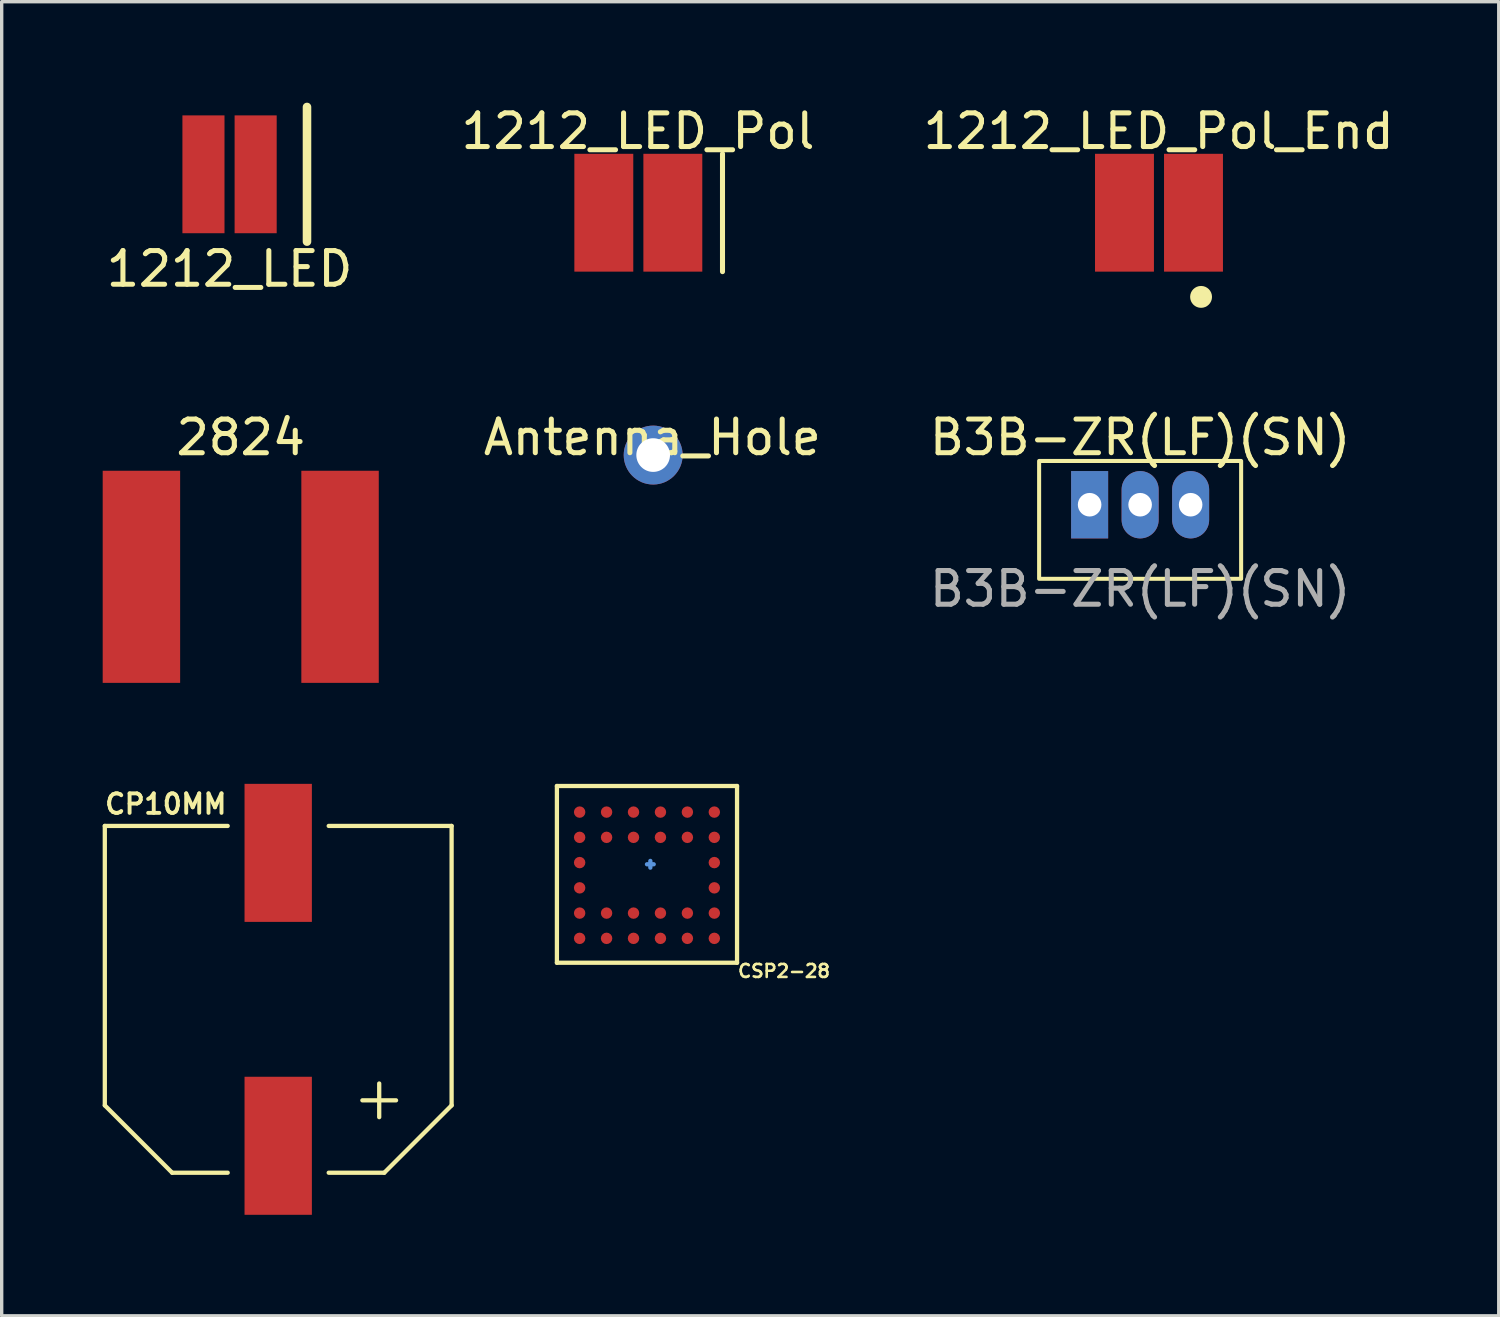
<source format=kicad_pcb>
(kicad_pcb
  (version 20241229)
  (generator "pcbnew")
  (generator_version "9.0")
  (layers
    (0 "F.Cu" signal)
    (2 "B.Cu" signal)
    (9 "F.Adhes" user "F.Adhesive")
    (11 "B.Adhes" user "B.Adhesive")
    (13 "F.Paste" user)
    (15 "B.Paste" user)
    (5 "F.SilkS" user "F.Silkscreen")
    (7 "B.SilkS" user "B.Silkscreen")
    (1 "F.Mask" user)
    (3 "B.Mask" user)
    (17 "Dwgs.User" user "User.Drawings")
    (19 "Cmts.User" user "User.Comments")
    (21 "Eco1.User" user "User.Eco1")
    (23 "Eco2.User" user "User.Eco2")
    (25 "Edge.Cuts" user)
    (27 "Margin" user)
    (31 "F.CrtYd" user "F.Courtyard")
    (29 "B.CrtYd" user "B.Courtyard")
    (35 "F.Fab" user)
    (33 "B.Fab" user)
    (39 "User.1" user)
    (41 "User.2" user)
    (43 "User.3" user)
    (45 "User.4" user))
  (footprint "1212_LED"
    (layer "F.Cu")
    (at 3.768 2.127)
    (property "Reference" "1212_LED" (at 0 2.81 0) (layer "F.SilkS") (effects (font (size 1 1) (thickness 0.15))))
    (attr through_hole)
    (fp_line (start 2.3 -2) (end 2.3 2) (stroke (width 0.254) (type solid)) (layer "F.SilkS"))
    (fp_line (start -1.3 -1.6) (end 1.3 -1.6) (stroke (width 0.12) (type solid)) (layer "Eco1.User"))
    (fp_line (start -1.3 1.6) (end -1.3 -1.6) (stroke (width 0.12) (type solid)) (layer "Eco1.User"))
    (fp_line (start 1.3 -1.6) (end 1.3 1.6) (stroke (width 0.12) (type solid)) (layer "Eco1.User"))
    (fp_line (start 1.3 1.6) (end -1.3 1.6) (stroke (width 0.12) (type solid)) (layer "Eco1.User"))
    (pad "1" smd rect (at 0.775 0) (size 1.25 3.5) (layers "F.Cu" "F.Mask" "F.Paste"))
    (pad "2" smd rect (at -0.775 0) (size 1.25 3.5) (layers "F.Cu" "F.Mask" "F.Paste")))
  (footprint "CSP2-28"
    (layer "F.Cu")
    (at 16.166 22.92)
    (property "Reference" "CSP2-28" (at 2.66 3.097 180) (layer "F.SilkS") (effects (font (size 0.386 0.386) (thickness 0.077)) (justify left bottom)))
    (attr through_hole)
    (fp_line (start -2.675 -2.625) (end 2.675 -2.625) (stroke (width 0.127) (type solid)) (layer "F.SilkS"))
    (fp_line (start -2.675 2.625) (end -2.675 -2.625) (stroke (width 0.127) (type solid)) (layer "F.SilkS"))
    (fp_line (start 2.675 -2.625) (end 2.675 2.625) (stroke (width 0.127) (type solid)) (layer "F.SilkS"))
    (fp_line (start 2.675 2.625) (end -2.675 2.625) (stroke (width 0.127) (type solid)) (layer "F.SilkS"))
    (fp_line (start 0.1 -0.4) (end 0.1 -0.2) (stroke (width 0.127) (type solid)) (layer "Cmts.User"))
    (fp_line (start 0.2 -0.3) (end 0 -0.3) (stroke (width 0.127) (type solid)) (layer "Cmts.User"))
    (pad "A1" smd roundrect (at -2 -1.85) (size 0.34 0.34) (layers "F.Cu" "F.Mask" "F.Paste") (roundrect_rratio 0.5))
    (pad "A2" smd roundrect (at -1.2 -1.85) (size 0.34 0.34) (layers "F.Cu" "F.Mask" "F.Paste") (roundrect_rratio 0.5))
    (pad "A3" smd roundrect (at -0.4 -1.85) (size 0.34 0.34) (layers "F.Cu" "F.Mask" "F.Paste") (roundrect_rratio 0.5))
    (pad "A4" smd roundrect (at 0.4 -1.85) (size 0.34 0.34) (layers "F.Cu" "F.Mask" "F.Paste") (roundrect_rratio 0.5))
    (pad "A5" smd roundrect (at 1.2 -1.85) (size 0.34 0.34) (layers "F.Cu" "F.Mask" "F.Paste") (roundrect_rratio 0.5))
    (pad "A6" smd roundrect (at 2 -1.85) (size 0.34 0.34) (layers "F.Cu" "F.Mask" "F.Paste") (roundrect_rratio 0.5))
    (pad "B1" smd roundrect (at -2 -1.1) (size 0.34 0.34) (layers "F.Cu" "F.Mask" "F.Paste") (roundrect_rratio 0.5))
    (pad "B2" smd roundrect (at -1.2 -1.1) (size 0.34 0.34) (layers "F.Cu" "F.Mask" "F.Paste") (roundrect_rratio 0.5))
    (pad "B3" smd roundrect (at -0.4 -1.1) (size 0.34 0.34) (layers "F.Cu" "F.Mask" "F.Paste") (roundrect_rratio 0.5))
    (pad "B4" smd roundrect (at 0.4 -1.1) (size 0.34 0.34) (layers "F.Cu" "F.Mask" "F.Paste") (roundrect_rratio 0.5))
    (pad "B5" smd roundrect (at 1.2 -1.1) (size 0.34 0.34) (layers "F.Cu" "F.Mask" "F.Paste") (roundrect_rratio 0.5))
    (pad "B6" smd roundrect (at 2 -1.1) (size 0.34 0.34) (layers "F.Cu" "F.Mask" "F.Paste") (roundrect_rratio 0.5))
    (pad "C1" smd roundrect (at -2 -0.35) (size 0.34 0.34) (layers "F.Cu" "F.Mask" "F.Paste") (roundrect_rratio 0.5))
    (pad "C6" smd roundrect (at 2 -0.35) (size 0.34 0.34) (layers "F.Cu" "F.Mask" "F.Paste") (roundrect_rratio 0.5))
    (pad "D1" smd roundrect (at -2 0.4) (size 0.34 0.34) (layers "F.Cu" "F.Mask" "F.Paste") (roundrect_rratio 0.5))
    (pad "D6" smd roundrect (at 2 0.4) (size 0.34 0.34) (layers "F.Cu" "F.Mask" "F.Paste") (roundrect_rratio 0.5))
    (pad "E1" smd roundrect (at -2 1.15) (size 0.34 0.34) (layers "F.Cu" "F.Mask" "F.Paste") (roundrect_rratio 0.5))
    (pad "E2" smd roundrect (at -1.2 1.15) (size 0.34 0.34) (layers "F.Cu" "F.Mask" "F.Paste") (roundrect_rratio 0.5))
    (pad "E3" smd roundrect (at -0.4 1.15) (size 0.34 0.34) (layers "F.Cu" "F.Mask" "F.Paste") (roundrect_rratio 0.5))
    (pad "E4" smd roundrect (at 0.4 1.15) (size 0.34 0.34) (layers "F.Cu" "F.Mask" "F.Paste") (roundrect_rratio 0.5))
    (pad "E5" smd roundrect (at 1.2 1.15) (size 0.34 0.34) (layers "F.Cu" "F.Mask" "F.Paste") (roundrect_rratio 0.5))
    (pad "E6" smd roundrect (at 2 1.15) (size 0.34 0.34) (layers "F.Cu" "F.Mask" "F.Paste") (roundrect_rratio 0.5))
    (pad "F1" smd roundrect (at -2 1.9) (size 0.34 0.34) (layers "F.Cu" "F.Mask" "F.Paste") (roundrect_rratio 0.5))
    (pad "F2" smd roundrect (at -1.2 1.9) (size 0.34 0.34) (layers "F.Cu" "F.Mask" "F.Paste") (roundrect_rratio 0.5))
    (pad "F3" smd roundrect (at -0.4 1.9) (size 0.34 0.34) (layers "F.Cu" "F.Mask" "F.Paste") (roundrect_rratio 0.5))
    (pad "F4" smd roundrect (at 0.4 1.9) (size 0.34 0.34) (layers "F.Cu" "F.Mask" "F.Paste") (roundrect_rratio 0.5))
    (pad "F5" smd roundrect (at 1.2 1.9) (size 0.34 0.34) (layers "F.Cu" "F.Mask" "F.Paste") (roundrect_rratio 0.5))
    (pad "F6" smd roundrect (at 2 1.9) (size 0.34 0.34) (layers "F.Cu" "F.Mask" "F.Paste") (roundrect_rratio 0.5)))
  (footprint "B3B-ZR(LF)(SN)"
    (layer "F.Cu")
    (at 30.813 11.941)
    (property "Reference" "B3B-ZR(LF)(SN)" (at 0 -2 0) (unlocked yes) (layer "F.SilkS") (effects (font (size 1 1) (thickness 0.15))))
    (attr smd)
    (fp_rect (start 3 2.2) (end -3 -1.3) (stroke (width 0.12) (type solid)) (fill no) (layer "F.SilkS"))
    (fp_text user "${REFERENCE}" (at 0 2.5 0) (unlocked yes) (layer "F.Fab") (effects (font (size 1 1) (thickness 0.15))))
    (pad "1" thru_hole rect (at -1.5 0) (size 1.1 2) (drill 0.7) (layers "*.Cu" "*.Mask"))
    (pad "2" thru_hole oval (at 0 0) (size 1.1 2) (drill 0.7) (layers "*.Cu" "*.Mask"))
    (pad "3" thru_hole oval (at 1.5 0) (size 1.1 2) (drill 0.7) (layers "*.Cu" "*.Mask")))
  (footprint "Antenna_Hole"
    (layer "F.Cu")
    (at 16.325 10.441)
    (property "Reference" "Antenna_Hole" (at 0 -0.5 0) (unlocked yes) (layer "F.SilkS") (effects (font (size 1 1) (thickness 0.15))))
    (attr through_hole)
    (pad "1" thru_hole circle (at 0.025 0.025) (size 1.75 1.75) (drill 1) (layers "*.Cu" "*.Mask")))
  (footprint "2824"
    (layer "F.Cu")
    (at 4.1 14.082)
    (property "Reference" "2824" (at 0 -4.14 0) (unlocked yes) (layer "F.SilkS") (effects (font (size 1 1) (thickness 0.15))))
    (attr smd)
    (pad "1" smd rect (at -2.95 0) (size 2.3 6.3) (layers "F.Cu" "F.Mask" "F.Paste"))
    (pad "2" smd rect (at 2.95 0) (size 2.3 6.3) (layers "F.Cu" "F.Mask" "F.Paste")))
  (footprint "1212_LED_Pol"
    (layer "F.Cu")
    (at 15.909 3.268)
    (property "Reference" "1212_LED_Pol" (at -0.01 -2.42 0) (layer "F.SilkS") (effects (font (size 1 1) (thickness 0.15))))
    (attr through_hole)
    (fp_line (start 2.5 -1.75) (end 2.5 1.75) (stroke (width 0.15) (type solid)) (layer "F.SilkS"))
    (fp_line (start -1.3 -1.6) (end 1.3 -1.6) (stroke (width 0.12) (type solid)) (layer "Eco1.User"))
    (fp_line (start -1.3 1.6) (end -1.3 -1.6) (stroke (width 0.12) (type solid)) (layer "Eco1.User"))
    (fp_line (start 1.3 -1.6) (end 1.3 1.6) (stroke (width 0.12) (type solid)) (layer "Eco1.User"))
    (fp_line (start 1.3 1.6) (end -1.3 1.6) (stroke (width 0.12) (type solid)) (layer "Eco1.User"))
    (pad "1" smd rect (at 1.025 0) (size 1.75 3.5) (layers "F.Cu" "F.Mask" "F.Paste"))
    (pad "2" smd rect (at -1.025 0) (size 1.75 3.5) (layers "F.Cu" "F.Mask" "F.Paste")))
  (footprint "CP10MM"
    (layer "F.Cu")
    (at 5.213 26.631)
    (property "Reference" "CP10MM" (at -5.207 -5.461 0) (layer "F.SilkS") (effects (font (size 0.579 0.579) (thickness 0.116)) (justify left bottom)))
    (attr through_hole)
    (fp_line (start -5.15 -5.15) (end -5.15 3.15) (stroke (width 0.127) (type solid)) (layer "F.SilkS"))
    (fp_line (start -5.15 3.15) (end -3.15 5.15) (stroke (width 0.127) (type solid)) (layer "F.SilkS"))
    (fp_line (start -3.15 5.15) (end -1.5 5.15) (stroke (width 0.127) (type solid)) (layer "F.SilkS"))
    (fp_line (start -1.5 -5.15) (end -5.15 -5.15) (stroke (width 0.127) (type solid)) (layer "F.SilkS"))
    (fp_line (start 1.5 -5.15) (end 5.15 -5.15) (stroke (width 0.127) (type solid)) (layer "F.SilkS"))
    (fp_line (start 2.5 3) (end 3.5 3) (stroke (width 0.127) (type solid)) (layer "F.SilkS"))
    (fp_line (start 3 2.5) (end 3 3.5) (stroke (width 0.127) (type solid)) (layer "F.SilkS"))
    (fp_line (start 3.15 5.15) (end 1.5 5.15) (stroke (width 0.127) (type solid)) (layer "F.SilkS"))
    (fp_line (start 5.15 -5.15) (end 5.15 3.15) (stroke (width 0.127) (type solid)) (layer "F.SilkS"))
    (fp_line (start 5.15 3.15) (end 3.15 5.15) (stroke (width 0.127) (type solid)) (layer "F.SilkS"))
    (pad "P$1" smd rect (at 0 4.35 90) (size 4.1 2) (layers "F.Cu" "F.Mask" "F.Paste"))
    (pad "P$2" smd rect (at 0 -4.35 90) (size 4.1 2) (layers "F.Cu" "F.Mask" "F.Paste")))
  (footprint "1212_LED_Pol_End"
    (layer "F.Cu")
    (at 31.373 3.268)
    (property "Reference" "1212_LED_Pol_End" (at -0.01 -2.42 0) (layer "F.SilkS") (effects (font (size 1 1) (thickness 0.15))))
    (attr through_hole)
    (fp_circle (center 1.25 2.5) (end 1.5 2.5) (stroke (width 0.15) (type solid)) (fill yes) (layer "F.SilkS"))
    (fp_line (start -1.3 -1.6) (end 1.3 -1.6) (stroke (width 0.12) (type solid)) (layer "Eco1.User"))
    (fp_line (start -1.3 1.6) (end -1.3 -1.6) (stroke (width 0.12) (type solid)) (layer "Eco1.User"))
    (fp_line (start 1.3 -1.6) (end 1.3 1.6) (stroke (width 0.12) (type solid)) (layer "Eco1.User"))
    (fp_line (start 1.3 1.6) (end -1.3 1.6) (stroke (width 0.12) (type solid)) (layer "Eco1.User"))
    (pad "1" smd rect (at 1.025 0) (size 1.75 3.5) (layers "F.Cu" "F.Mask" "F.Paste"))
    (pad "2" smd rect (at -1.025 0) (size 1.75 3.5) (layers "F.Cu" "F.Mask" "F.Paste")))
  (gr_rect
    (start -3 -3)
    (end 41.464 36.032)
    (stroke (width 0.1) (type default))
    (fill no)
    (layer "Edge.Cuts")))
</source>
